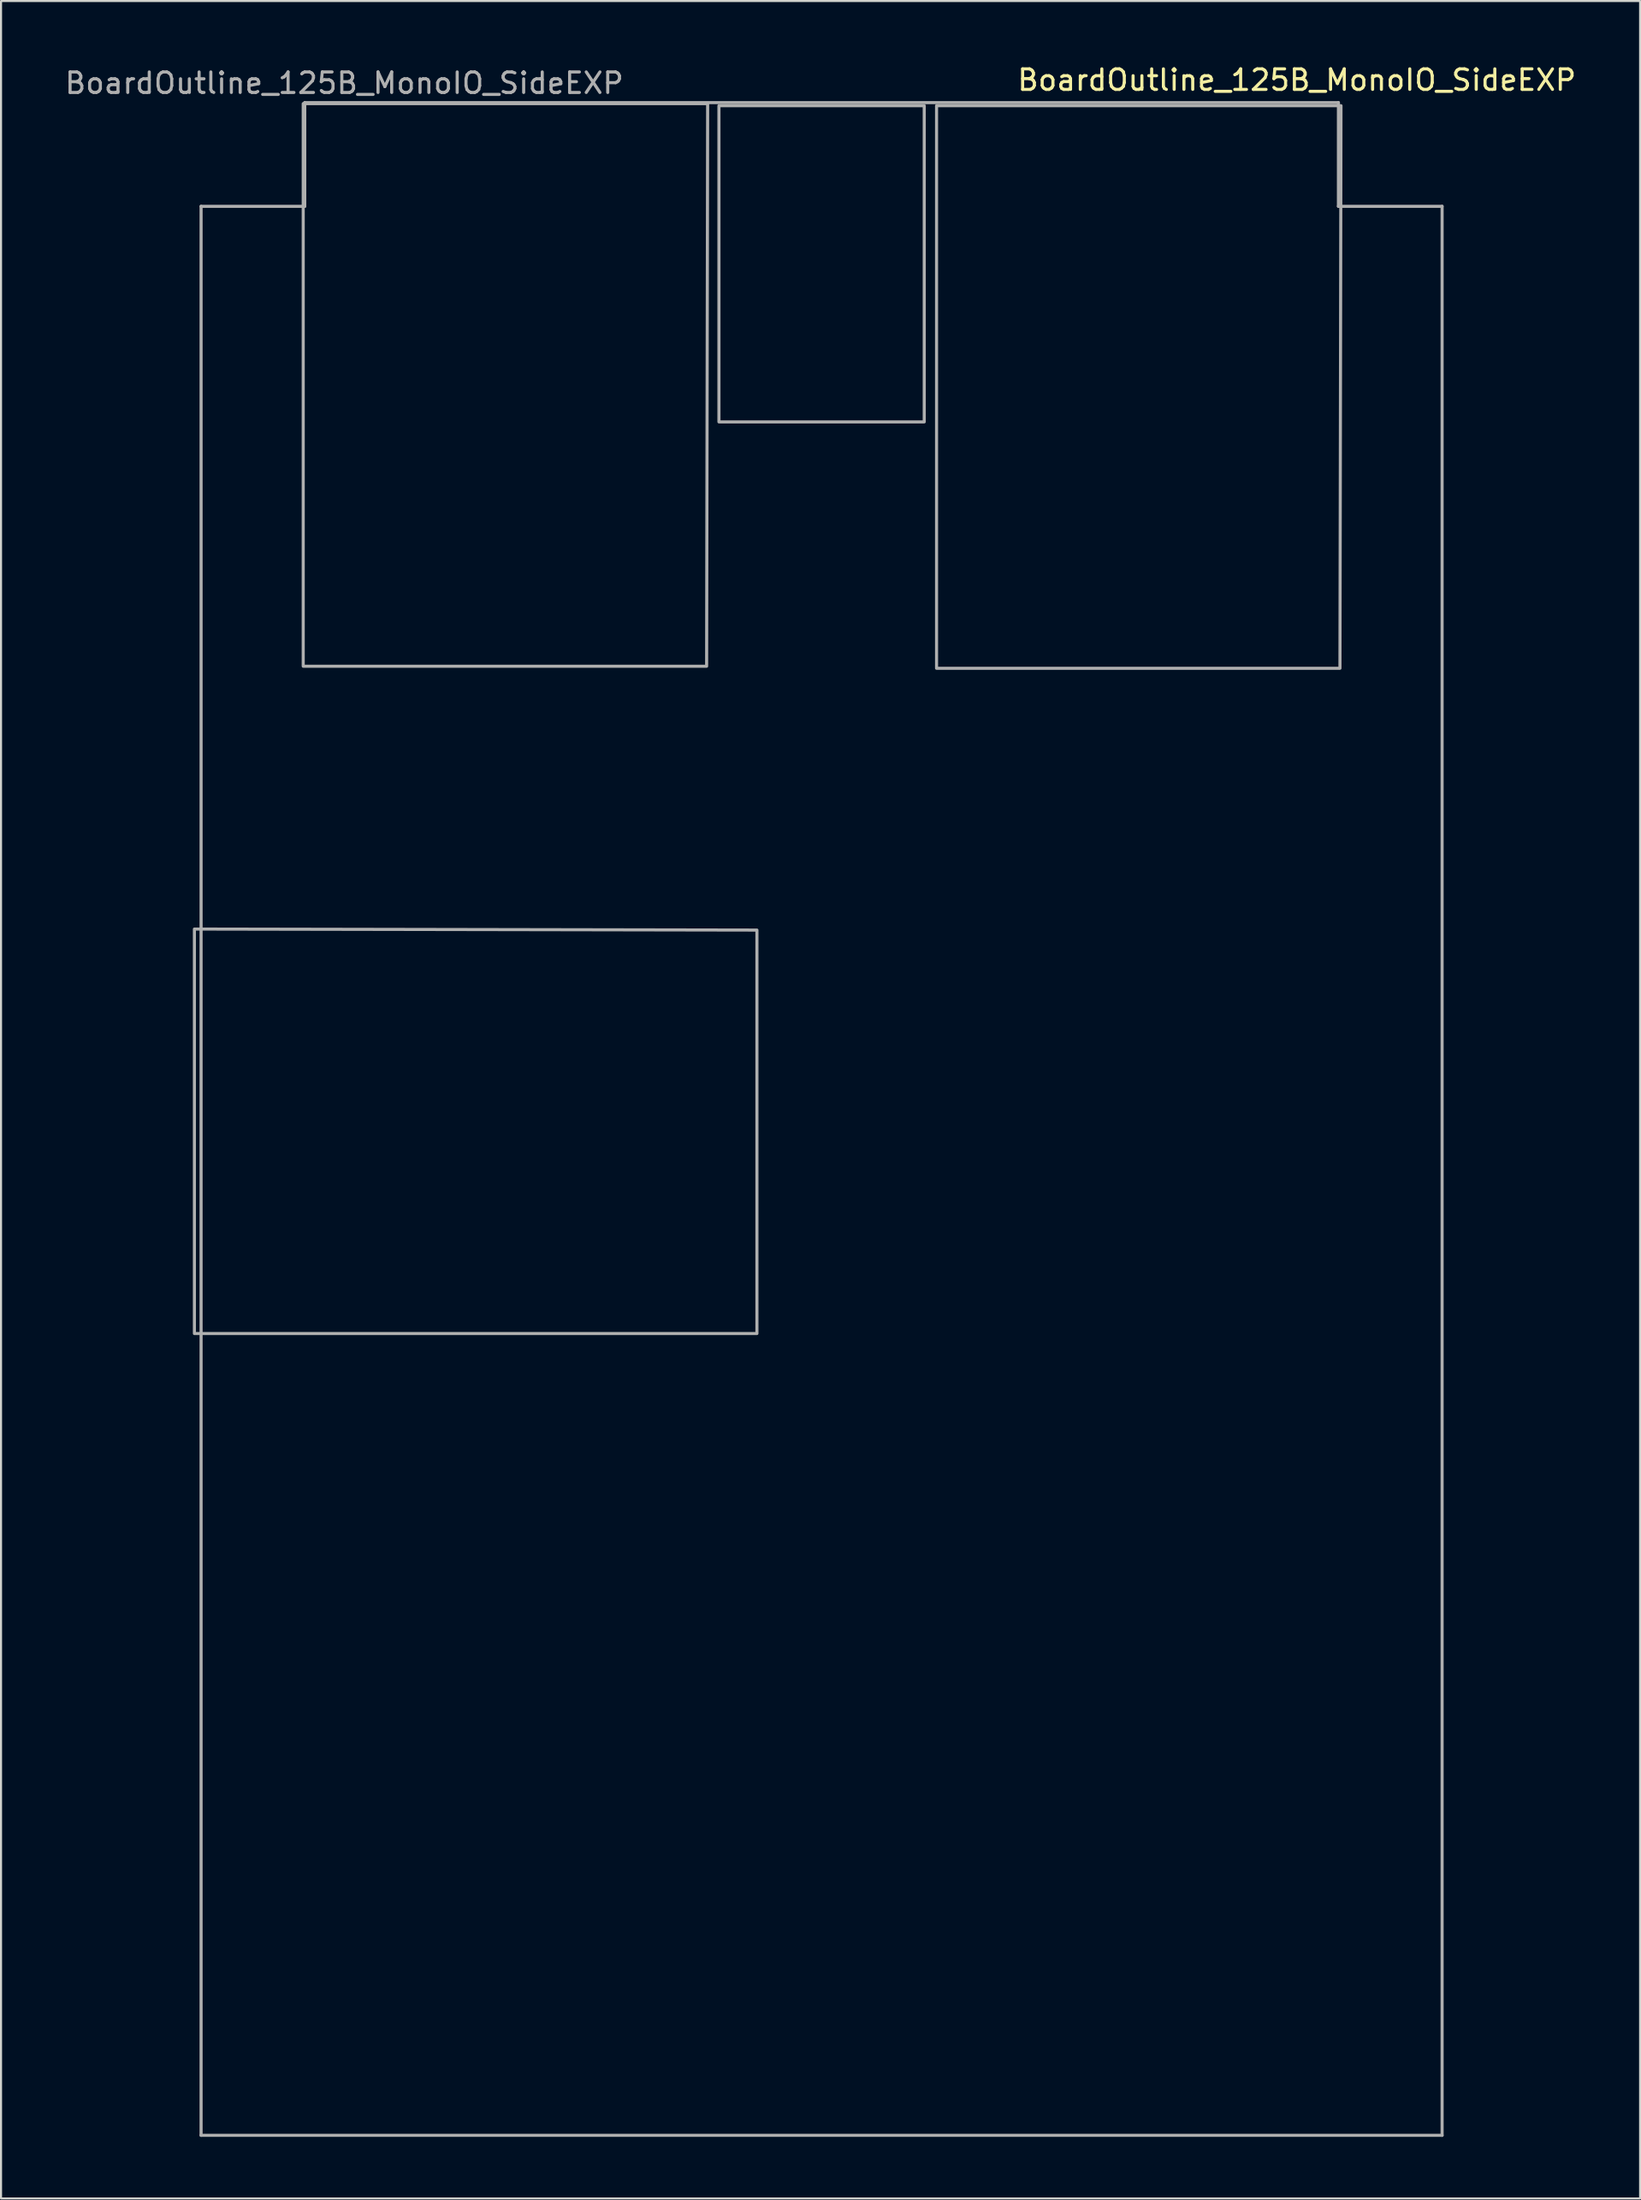
<source format=kicad_pcb>
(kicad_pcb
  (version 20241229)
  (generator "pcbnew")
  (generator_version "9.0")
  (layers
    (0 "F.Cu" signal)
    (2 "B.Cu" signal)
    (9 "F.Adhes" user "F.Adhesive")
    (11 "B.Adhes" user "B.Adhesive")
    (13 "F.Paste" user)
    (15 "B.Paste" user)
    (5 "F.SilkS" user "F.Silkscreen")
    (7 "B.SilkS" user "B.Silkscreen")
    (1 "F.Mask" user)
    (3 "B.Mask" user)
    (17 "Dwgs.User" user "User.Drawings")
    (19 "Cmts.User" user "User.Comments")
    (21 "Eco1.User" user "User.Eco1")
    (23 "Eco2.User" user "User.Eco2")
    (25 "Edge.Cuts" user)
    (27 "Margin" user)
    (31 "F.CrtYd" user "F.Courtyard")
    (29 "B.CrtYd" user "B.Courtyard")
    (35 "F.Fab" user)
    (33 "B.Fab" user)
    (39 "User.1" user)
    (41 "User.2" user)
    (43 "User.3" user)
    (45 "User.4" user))
  (footprint "BoardOutline_125B_MonoIO_SideEXP"
    (layer "F.Cu")
    (at 36.97 51.448)
    (property "Reference" "BoardOutline_125B_MonoIO_SideEXP" (at 23.15 -50.6 180) (layer "F.SilkS") (effects (font (size 1 1) (thickness 0.15))))
    (attr through_hole)
    (fp_line (start -30.225 -44.45) (end -30.225 49.5) (stroke (width 0.15) (type solid)) (layer "F.Fab"))
    (fp_line (start -30.225 49.5) (end 30.225 49.5) (stroke (width 0.15) (type solid)) (layer "F.Fab"))
    (fp_line (start -25.175 -49.5) (end 25.175 -49.5) (stroke (width 0.15) (type solid)) (layer "F.Fab"))
    (fp_line (start -25.175 -44.45) (end -30.225 -44.45) (stroke (width 0.15) (type solid)) (layer "F.Fab"))
    (fp_line (start -25.175 -44.45) (end -25.175 -49.5) (stroke (width 0.15) (type solid)) (layer "F.Fab"))
    (fp_line (start 25.175 -44.45) (end 25.175 -49.5) (stroke (width 0.15) (type solid)) (layer "F.Fab"))
    (fp_line (start 25.175 -44.45) (end 30.225 -44.45) (stroke (width 0.15) (type solid)) (layer "F.Fab"))
    (fp_line (start 30.225 -44.45) (end 30.225 49.5) (stroke (width 0.15) (type solid)) (layer "F.Fab"))
    (fp_poly (pts (xy -25.25 -22.05) (xy -25.25 -49.45) (xy -5.55 -49.45) (xy -5.6 -22.05)) (stroke (width 0.15) (type solid)) (fill no) (layer "F.Fab"))
    (fp_poly (pts (xy -5 -33.95) (xy -5 -49.35) (xy 5 -49.35) (xy 5 -33.95)) (stroke (width 0.15) (type solid)) (fill no) (layer "F.Fab"))
    (fp_poly (pts (xy -3.15 10.45) (xy -30.55 10.45) (xy -30.55 -9.25) (xy -3.15 -9.2)) (stroke (width 0.15) (type solid)) (fill no) (layer "F.Fab"))
    (fp_poly (pts (xy 5.6 -21.95) (xy 5.6 -49.35) (xy 25.3 -49.35) (xy 25.25 -21.95)) (stroke (width 0.15) (type solid)) (fill no) (layer "F.Fab"))
    (fp_text user "${REFERENCE}" (at -23.25 -50.45 0) (layer "F.Fab") (effects (font (size 1 1) (thickness 0.15)))))
  (gr_rect
    (start -3 -3)
    (end 76.84 104.023)
    (stroke (width 0.1) (type default))
    (fill no)
    (layer "Edge.Cuts")))
</source>
